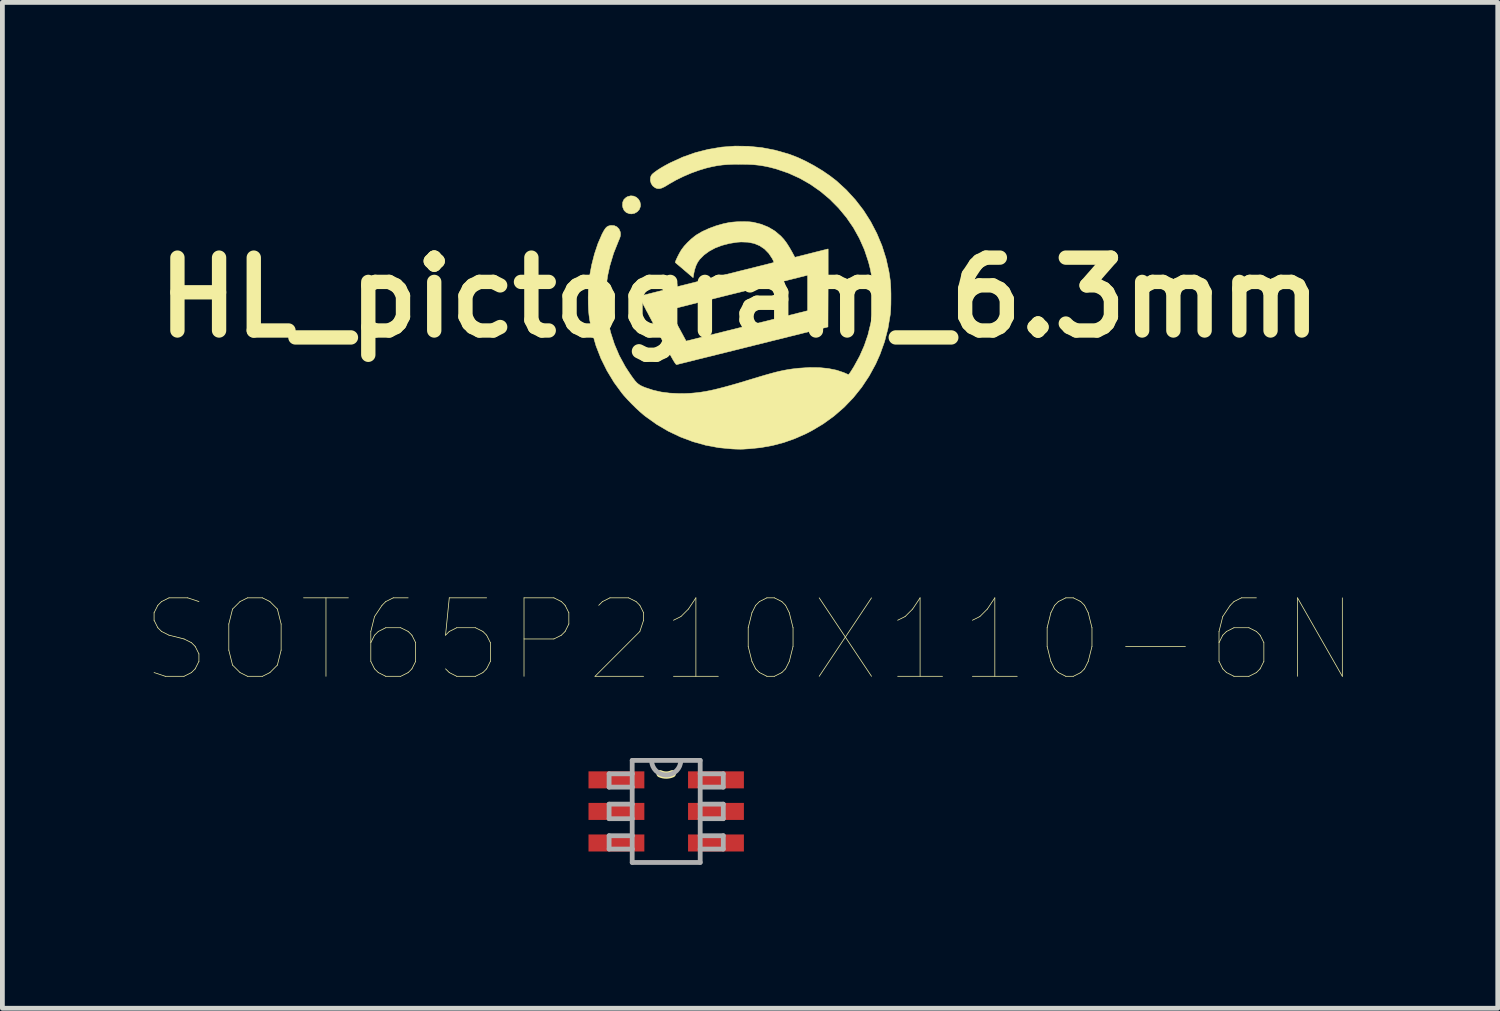
<source format=kicad_pcb>
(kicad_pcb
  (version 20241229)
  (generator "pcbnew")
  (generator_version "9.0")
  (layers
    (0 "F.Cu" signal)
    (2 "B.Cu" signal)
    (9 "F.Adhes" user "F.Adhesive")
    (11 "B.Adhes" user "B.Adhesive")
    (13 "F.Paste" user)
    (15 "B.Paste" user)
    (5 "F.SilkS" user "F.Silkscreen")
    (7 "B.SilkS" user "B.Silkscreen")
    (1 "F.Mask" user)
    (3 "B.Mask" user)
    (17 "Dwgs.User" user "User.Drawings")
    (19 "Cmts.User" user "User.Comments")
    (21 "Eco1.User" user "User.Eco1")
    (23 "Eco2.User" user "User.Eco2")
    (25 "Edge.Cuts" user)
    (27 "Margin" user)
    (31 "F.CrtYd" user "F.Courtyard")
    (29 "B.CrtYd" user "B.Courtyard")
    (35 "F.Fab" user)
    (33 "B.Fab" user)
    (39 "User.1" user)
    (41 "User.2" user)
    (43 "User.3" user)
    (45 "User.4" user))
  (footprint "HL_pictogram_6.3mm"
    (layer "F.Cu")
    (at 12.417 3.172)
    (property "Reference" "HL_pictogram_6.3mm" (at 0 0 0) (layer "F.SilkS") (effects (font (size 1.524 1.524) (thickness 0.3))))
    (attr through_hole)
    (fp_poly (pts (xy -2.215 -2.121) (xy -2.159 -2.096) (xy -2.114 -2.055) (xy -2.084 -2.003) (xy -2.072 -1.941) (xy -2.075 -1.901) (xy -2.098 -1.841) (xy -2.14 -1.794) (xy -2.195 -1.762) (xy -2.258 -1.749) (xy -2.305 -1.753) (xy -2.368 -1.777) (xy -2.414 -1.82) (xy -2.441 -1.88) (xy -2.449 -1.926) (xy -2.444 -1.995) (xy -2.418 -2.052) (xy -2.37 -2.095) (xy -2.34 -2.111) (xy -2.276 -2.127) (xy -2.215 -2.121)) (stroke (width 0.01) (type solid)) (fill yes) (layer "F.SilkS"))
    (fp_poly (pts (xy 0.127 -1.586) (xy 0.211 -1.583) (xy 0.278 -1.575) (xy 0.287 -1.574) (xy 0.453 -1.532) (xy 0.605 -1.47) (xy 0.741 -1.388) (xy 0.862 -1.285) (xy 0.864 -1.283) (xy 0.925 -1.217) (xy 0.983 -1.14) (xy 1.042 -1.047) (xy 1.097 -0.951) (xy 1.156 -0.841) (xy 1.502 -0.928) (xy 1.592 -0.951) (xy 1.673 -0.971) (xy 1.742 -0.989) (xy 1.797 -1.002) (xy 1.835 -1.012) (xy 1.851 -1.016) (xy 1.851 -1.016) (xy 1.852 -1.003) (xy 1.852 -0.968) (xy 1.852 -0.911) (xy 1.852 -0.835) (xy 1.852 -0.743) (xy 1.852 -0.635) (xy 1.852 -0.515) (xy 1.852 -0.384) (xy 1.851 -0.245) (xy 1.851 -0.2) (xy 1.848 0.615) (xy 0.281 1.005) (xy 0.086 1.054) (xy -0.103 1.101) (xy -0.283 1.146) (xy -0.454 1.188) (xy -0.613 1.228) (xy -0.76 1.264) (xy -0.894 1.297) (xy -1.011 1.327) (xy -1.112 1.352) (xy -1.193 1.372) (xy -1.255 1.387) (xy -1.296 1.398) (xy -1.313 1.402) (xy -1.313 1.402) (xy -1.32 1.402) (xy -1.328 1.397) (xy -1.338 1.386) (xy -1.352 1.367) (xy -1.37 1.339) (xy -1.393 1.301) (xy -1.422 1.25) (xy -1.459 1.184) (xy -1.503 1.104) (xy -1.556 1.006) (xy -1.619 0.89) (xy -1.692 0.753) (xy -1.723 0.695) (xy -1.802 0.548) (xy -1.869 0.422) (xy -1.925 0.315) (xy -1.954 0.261) (xy -1.464 0.261) (xy -1.462 0.262) (xy -1.461 0.264) (xy -1.46 0.265) (xy -1.455 0.279) (xy -1.438 0.313) (xy -1.411 0.365) (xy -1.376 0.432) (xy -1.333 0.513) (xy -1.284 0.605) (xy -1.229 0.706) (xy -1.174 0.808) (xy -1.118 0.911) (xy 0.152 0.594) (xy 1.422 0.276) (xy 1.422 -0.467) (xy 0.029 -0.118) (xy -0.195 -0.063) (xy -0.395 -0.013) (xy -0.573 0.032) (xy -0.73 0.071) (xy -0.868 0.105) (xy -0.987 0.135) (xy -1.089 0.161) (xy -1.176 0.183) (xy -1.249 0.201) (xy -1.308 0.216) (xy -1.355 0.229) (xy -1.392 0.238) (xy -1.42 0.246) (xy -1.439 0.251) (xy -1.452 0.255) (xy -1.46 0.258) (xy -1.463 0.26) (xy -1.464 0.261) (xy -1.954 0.261) (xy -1.972 0.226) (xy -2.01 0.154) (xy -2.039 0.096) (xy -2.061 0.051) (xy -2.075 0.018) (xy -2.084 -0.005) (xy -2.088 -0.02) (xy -2.086 -0.027) (xy -2.085 -0.028) (xy -2.07 -0.033) (xy -2.032 -0.043) (xy -1.973 -0.058) (xy -1.893 -0.078) (xy -1.796 -0.103) (xy -1.681 -0.132) (xy -1.552 -0.164) (xy -1.409 -0.2) (xy -1.254 -0.239) (xy -1.089 -0.28) (xy -0.916 -0.324) (xy -0.735 -0.369) (xy -0.686 -0.381) (xy -0.503 -0.427) (xy -0.328 -0.47) (xy -0.16 -0.512) (xy -0.003 -0.552) (xy 0.143 -0.588) (xy 0.276 -0.621) (xy 0.394 -0.651) (xy 0.495 -0.676) (xy 0.579 -0.697) (xy 0.643 -0.714) (xy 0.687 -0.725) (xy 0.707 -0.73) (xy 0.709 -0.731) (xy 0.715 -0.74) (xy 0.708 -0.764) (xy 0.688 -0.804) (xy 0.684 -0.813) (xy 0.61 -0.924) (xy 0.522 -1.014) (xy 0.42 -1.083) (xy 0.304 -1.131) (xy 0.174 -1.157) (xy 0.031 -1.162) (xy -0.047 -1.157) (xy -0.214 -1.131) (xy -0.37 -1.09) (xy -0.512 -1.036) (xy -0.637 -0.968) (xy -0.745 -0.889) (xy -0.833 -0.8) (xy -0.878 -0.737) (xy -0.913 -0.664) (xy -0.942 -0.575) (xy -0.957 -0.503) (xy -0.972 -0.415) (xy -1.156 -0.572) (xy -1.213 -0.621) (xy -1.264 -0.664) (xy -1.305 -0.698) (xy -1.332 -0.721) (xy -1.344 -0.731) (xy -1.344 -0.731) (xy -1.343 -0.745) (xy -1.332 -0.776) (xy -1.313 -0.818) (xy -1.289 -0.868) (xy -1.263 -0.918) (xy -1.236 -0.966) (xy -1.215 -1) (xy -1.16 -1.073) (xy -1.09 -1.149) (xy -1.012 -1.223) (xy -0.933 -1.287) (xy -0.898 -1.312) (xy -0.78 -1.381) (xy -0.644 -1.443) (xy -0.497 -1.498) (xy -0.343 -1.542) (xy -0.219 -1.568) (xy -0.146 -1.577) (xy -0.059 -1.584) (xy 0.034 -1.587) (xy 0.127 -1.586)) (stroke (width 0.01) (type solid)) (fill yes) (layer "F.SilkS"))
    (fp_poly (pts (xy 0.183 -3.163) (xy 0.463 -3.135) (xy 0.74 -3.082) (xy 1.015 -3.004) (xy 1.054 -2.991) (xy 1.217 -2.928) (xy 1.388 -2.848) (xy 1.561 -2.755) (xy 1.73 -2.653) (xy 1.888 -2.545) (xy 2.022 -2.442) (xy 2.23 -2.252) (xy 2.42 -2.045) (xy 2.591 -1.824) (xy 2.741 -1.588) (xy 2.87 -1.34) (xy 2.978 -1.082) (xy 3.063 -0.813) (xy 3.124 -0.537) (xy 3.15 -0.362) (xy 3.157 -0.285) (xy 3.162 -0.189) (xy 3.165 -0.081) (xy 3.165 0.031) (xy 3.164 0.142) (xy 3.16 0.244) (xy 3.154 0.33) (xy 3.15 0.362) (xy 3.103 0.645) (xy 3.032 0.921) (xy 2.936 1.189) (xy 2.846 1.391) (xy 2.709 1.642) (xy 2.553 1.877) (xy 2.378 2.095) (xy 2.185 2.296) (xy 1.974 2.479) (xy 1.747 2.643) (xy 1.503 2.788) (xy 1.391 2.846) (xy 1.156 2.95) (xy 0.922 3.033) (xy 0.686 3.095) (xy 0.44 3.139) (xy 0.21 3.162) (xy 0.132 3.167) (xy 0.07 3.171) (xy 0.017 3.172) (xy -0.036 3.171) (xy -0.099 3.169) (xy -0.159 3.166) (xy -0.435 3.14) (xy -0.708 3.089) (xy -0.976 3.014) (xy -1.237 2.916) (xy -1.49 2.796) (xy -1.732 2.654) (xy -1.961 2.491) (xy -2.003 2.458) (xy -2.08 2.392) (xy -2.167 2.312) (xy -2.256 2.224) (xy -2.342 2.135) (xy -2.418 2.051) (xy -2.458 2.003) (xy -2.626 1.774) (xy -2.773 1.531) (xy -2.899 1.277) (xy -3.002 1.013) (xy -3.081 0.74) (xy -3.137 0.46) (xy -3.15 0.362) (xy -3.16 0.255) (xy -3.165 0.13) (xy -3.166 -0.005) (xy -3.163 -0.142) (xy -3.156 -0.274) (xy -3.144 -0.394) (xy -3.138 -0.445) (xy -3.093 -0.684) (xy -3.034 -0.914) (xy -2.962 -1.129) (xy -2.877 -1.325) (xy -2.873 -1.333) (xy -2.836 -1.401) (xy -2.804 -1.449) (xy -2.772 -1.48) (xy -2.736 -1.498) (xy -2.691 -1.508) (xy -2.69 -1.508) (xy -2.623 -1.504) (xy -2.566 -1.478) (xy -2.523 -1.435) (xy -2.497 -1.376) (xy -2.492 -1.348) (xy -2.491 -1.312) (xy -2.496 -1.277) (xy -2.51 -1.235) (xy -2.531 -1.186) (xy -2.635 -0.926) (xy -2.714 -0.663) (xy -2.758 -0.463) (xy -2.767 -0.404) (xy -2.775 -0.35) (xy -2.78 -0.295) (xy -2.784 -0.235) (xy -2.786 -0.163) (xy -2.787 -0.075) (xy -2.787 0) (xy -2.787 0.103) (xy -2.785 0.186) (xy -2.783 0.254) (xy -2.779 0.312) (xy -2.773 0.366) (xy -2.765 0.421) (xy -2.758 0.461) (xy -2.699 0.725) (xy -2.618 0.976) (xy -2.516 1.215) (xy -2.392 1.443) (xy -2.336 1.53) (xy -2.278 1.617) (xy -2.229 1.686) (xy -2.188 1.74) (xy -2.151 1.781) (xy -2.114 1.812) (xy -2.075 1.838) (xy -2.03 1.86) (xy -1.977 1.882) (xy -1.968 1.885) (xy -1.807 1.938) (xy -1.641 1.976) (xy -1.463 1.999) (xy -1.27 2.008) (xy -1.226 2.008) (xy -1.121 2.007) (xy -1.02 2.002) (xy -0.92 1.993) (xy -0.818 1.981) (xy -0.712 1.964) (xy -0.599 1.942) (xy -0.476 1.913) (xy -0.341 1.879) (xy -0.191 1.838) (xy -0.023 1.79) (xy 0.165 1.733) (xy 0.248 1.708) (xy 0.403 1.661) (xy 0.538 1.621) (xy 0.656 1.588) (xy 0.76 1.56) (xy 0.854 1.538) (xy 0.941 1.52) (xy 1.024 1.505) (xy 1.108 1.493) (xy 1.195 1.483) (xy 1.226 1.479) (xy 1.452 1.464) (xy 1.661 1.465) (xy 1.853 1.484) (xy 2.027 1.519) (xy 2.182 1.571) (xy 2.204 1.581) (xy 2.279 1.614) (xy 2.301 1.585) (xy 2.317 1.562) (xy 2.342 1.523) (xy 2.372 1.475) (xy 2.393 1.441) (xy 2.511 1.225) (xy 2.607 1.007) (xy 2.684 0.782) (xy 2.742 0.544) (xy 2.758 0.461) (xy 2.768 0.403) (xy 2.775 0.348) (xy 2.78 0.293) (xy 2.784 0.232) (xy 2.786 0.16) (xy 2.787 0.071) (xy 2.787 0) (xy 2.785 -0.144) (xy 2.78 -0.269) (xy 2.77 -0.382) (xy 2.754 -0.489) (xy 2.733 -0.597) (xy 2.704 -0.712) (xy 2.692 -0.755) (xy 2.61 -1.001) (xy 2.505 -1.237) (xy 2.38 -1.462) (xy 2.234 -1.674) (xy 2.07 -1.871) (xy 1.889 -2.054) (xy 1.693 -2.219) (xy 1.482 -2.367) (xy 1.259 -2.494) (xy 1.024 -2.601) (xy 0.779 -2.685) (xy 0.755 -2.692) (xy 0.631 -2.725) (xy 0.515 -2.749) (xy 0.402 -2.767) (xy 0.285 -2.779) (xy 0.156 -2.785) (xy 0.013 -2.787) (xy -0.129 -2.786) (xy -0.251 -2.781) (xy -0.361 -2.772) (xy -0.465 -2.758) (xy -0.569 -2.738) (xy -0.68 -2.712) (xy -0.71 -2.704) (xy -0.861 -2.658) (xy -1.019 -2.6) (xy -1.177 -2.532) (xy -1.328 -2.458) (xy -1.462 -2.382) (xy -1.494 -2.362) (xy -1.569 -2.317) (xy -1.629 -2.289) (xy -1.68 -2.277) (xy -1.725 -2.28) (xy -1.765 -2.295) (xy -1.817 -2.335) (xy -1.851 -2.389) (xy -1.867 -2.452) (xy -1.862 -2.516) (xy -1.847 -2.554) (xy -1.824 -2.582) (xy -1.781 -2.618) (xy -1.721 -2.661) (xy -1.646 -2.709) (xy -1.56 -2.759) (xy -1.465 -2.81) (xy -1.448 -2.818) (xy -1.188 -2.937) (xy -0.922 -3.031) (xy -0.65 -3.1) (xy -0.374 -3.146) (xy -0.096 -3.167) (xy 0.183 -3.163)) (stroke (width 0.01) (type solid)) (fill yes) (layer "F.SilkS")))
  (footprint "SOT65P210X110-6N"
    (layer "F.Cu")
    (at 10.882 13.919)
    (property "Reference" "SOT65P210X110-6N" (at 1.754 -3.584 0) (layer "F.SilkS") (effects (font (size 1.641 1.641) (thickness 0.015))))
    (attr through_hole)
    (fp_arc (start 0.127 -0.7874) (mid 0 -0.759826) (end -0.127 -0.7874) (stroke (width 0.1524) (type solid)) (layer "F.SilkS"))
    (fp_line (start -1.194 -0.787) (end -1.194 -0.508) (stroke (width 0.1) (type solid)) (layer "F.Fab"))
    (fp_line (start -1.194 -0.508) (end -0.711 -0.508) (stroke (width 0.1) (type solid)) (layer "F.Fab"))
    (fp_line (start -1.194 -0.152) (end -1.194 0.152) (stroke (width 0.1) (type solid)) (layer "F.Fab"))
    (fp_line (start -1.194 0.152) (end -0.711 0.152) (stroke (width 0.1) (type solid)) (layer "F.Fab"))
    (fp_line (start -1.194 0.508) (end -1.194 0.787) (stroke (width 0.1) (type solid)) (layer "F.Fab"))
    (fp_line (start -1.194 0.787) (end -0.711 0.787) (stroke (width 0.1) (type solid)) (layer "F.Fab"))
    (fp_line (start -0.711 -1.067) (end -0.711 -0.787) (stroke (width 0.1) (type solid)) (layer "F.Fab"))
    (fp_line (start -0.711 -0.787) (end -1.194 -0.787) (stroke (width 0.1) (type solid)) (layer "F.Fab"))
    (fp_line (start -0.711 -0.787) (end -0.711 -0.508) (stroke (width 0.1) (type solid)) (layer "F.Fab"))
    (fp_line (start -0.711 -0.508) (end -0.711 -0.152) (stroke (width 0.1) (type solid)) (layer "F.Fab"))
    (fp_line (start -0.711 -0.152) (end -1.194 -0.152) (stroke (width 0.1) (type solid)) (layer "F.Fab"))
    (fp_line (start -0.711 -0.152) (end -0.711 0.152) (stroke (width 0.1) (type solid)) (layer "F.Fab"))
    (fp_line (start -0.711 0.152) (end -0.711 0.508) (stroke (width 0.1) (type solid)) (layer "F.Fab"))
    (fp_line (start -0.711 0.508) (end -1.194 0.508) (stroke (width 0.1) (type solid)) (layer "F.Fab"))
    (fp_line (start -0.711 0.787) (end -0.711 0.508) (stroke (width 0.1) (type solid)) (layer "F.Fab"))
    (fp_line (start -0.711 1.067) (end -0.711 0.787) (stroke (width 0.1) (type solid)) (layer "F.Fab"))
    (fp_line (start -0.711 1.067) (end 0.711 1.067) (stroke (width 0.1) (type solid)) (layer "F.Fab"))
    (fp_line (start -0.305 -1.067) (end -0.711 -1.067) (stroke (width 0.1) (type solid)) (layer "F.Fab"))
    (fp_line (start 0.305 -1.067) (end -0.305 -1.067) (stroke (width 0.1) (type solid)) (layer "F.Fab"))
    (fp_line (start 0.711 -1.067) (end 0.305 -1.067) (stroke (width 0.1) (type solid)) (layer "F.Fab"))
    (fp_line (start 0.711 -1.067) (end 0.711 -0.787) (stroke (width 0.1) (type solid)) (layer "F.Fab"))
    (fp_line (start 0.711 -0.787) (end 0.711 -0.508) (stroke (width 0.1) (type solid)) (layer "F.Fab"))
    (fp_line (start 0.711 -0.508) (end 1.194 -0.508) (stroke (width 0.1) (type solid)) (layer "F.Fab"))
    (fp_line (start 0.711 -0.152) (end 0.711 -0.508) (stroke (width 0.1) (type solid)) (layer "F.Fab"))
    (fp_line (start 0.711 0.152) (end 0.711 -0.152) (stroke (width 0.1) (type solid)) (layer "F.Fab"))
    (fp_line (start 0.711 0.152) (end 1.194 0.152) (stroke (width 0.1) (type solid)) (layer "F.Fab"))
    (fp_line (start 0.711 0.508) (end 0.711 0.152) (stroke (width 0.1) (type solid)) (layer "F.Fab"))
    (fp_line (start 0.711 0.787) (end 0.711 0.508) (stroke (width 0.1) (type solid)) (layer "F.Fab"))
    (fp_line (start 0.711 0.787) (end 1.194 0.787) (stroke (width 0.1) (type solid)) (layer "F.Fab"))
    (fp_line (start 0.711 1.067) (end 0.711 0.787) (stroke (width 0.1) (type solid)) (layer "F.Fab"))
    (fp_line (start 1.194 -0.787) (end 0.711 -0.787) (stroke (width 0.1) (type solid)) (layer "F.Fab"))
    (fp_line (start 1.194 -0.508) (end 1.194 -0.787) (stroke (width 0.1) (type solid)) (layer "F.Fab"))
    (fp_line (start 1.194 -0.152) (end 0.711 -0.152) (stroke (width 0.1) (type solid)) (layer "F.Fab"))
    (fp_line (start 1.194 0.152) (end 1.194 -0.152) (stroke (width 0.1) (type solid)) (layer "F.Fab"))
    (fp_line (start 1.194 0.508) (end 0.711 0.508) (stroke (width 0.1) (type solid)) (layer "F.Fab"))
    (fp_line (start 1.194 0.787) (end 1.194 0.508) (stroke (width 0.1) (type solid)) (layer "F.Fab"))
    (fp_arc (start 0.3048 -1.0668) (mid 0 -0.762) (end -0.3048 -1.0668) (stroke (width 0.1) (type solid)) (layer "F.Fab"))
    (pad "1" smd rect (at -1.041 -0.66) (size 1.168 0.356) (layers "F.Cu" "F.Mask" "F.Paste"))
    (pad "2" smd rect (at -1.041 0) (size 1.168 0.356) (layers "F.Cu" "F.Mask" "F.Paste"))
    (pad "3" smd rect (at -1.041 0.66) (size 1.168 0.356) (layers "F.Cu" "F.Mask" "F.Paste"))
    (pad "4" smd rect (at 1.041 0.66) (size 1.168 0.356) (layers "F.Cu" "F.Mask" "F.Paste"))
    (pad "5" smd rect (at 1.041 0) (size 1.168 0.356) (layers "F.Cu" "F.Mask" "F.Paste"))
    (pad "6" smd rect (at 1.041 -0.66) (size 1.168 0.356) (layers "F.Cu" "F.Mask" "F.Paste")))
  (gr_rect
    (start -3 -3)
    (end 28.272 18.036)
    (stroke (width 0.1) (type default))
    (fill no)
    (layer "Edge.Cuts")))
</source>
